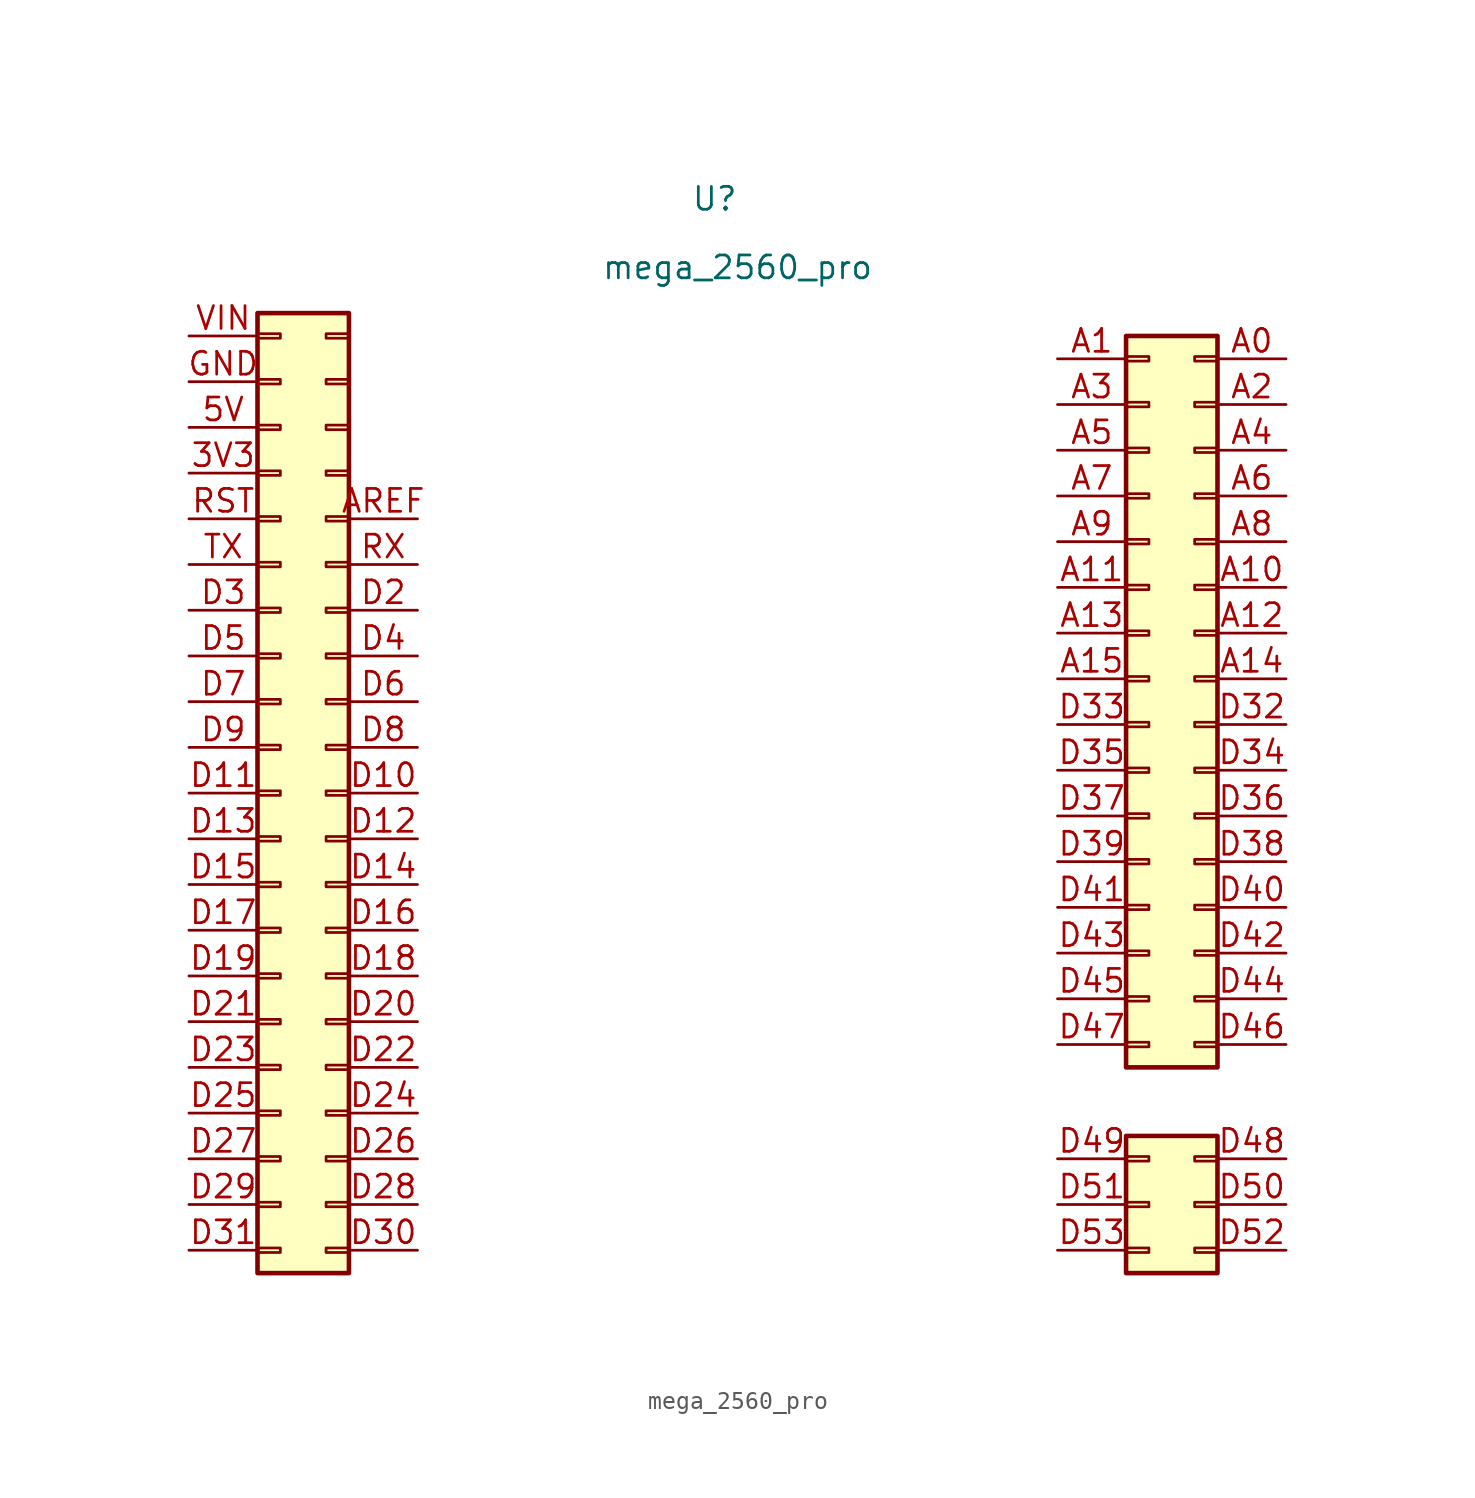
<source format=kicad_sym>
(kicad_symbol_lib
  (version 20211014)
  (generator kicad_symbol_editor)
  (symbol "mega_2560_pro"
    (property "Reference" "U"
      (at 45.72 66.04 0)
      (effects (font (size 1.27 1.27))))
    (property "Value" "mega_2560_pro"
      (at 46.99 62.23 0)
      (effects (font (size 1.27 1.27))))
    (symbol "mega_2560_pro_1_1"
      (rectangle (start 20.32 7.747) (end 21.59 7.493) (stroke (width 0.152) (type default) (color 0 0 0 0)) (fill (type none)))
      (rectangle (start 20.32 10.287) (end 21.59 10.033) (stroke (width 0.152) (type default) (color 0 0 0 0)) (fill (type none)))
      (rectangle (start 20.32 12.827) (end 21.59 12.573) (stroke (width 0.152) (type default) (color 0 0 0 0)) (fill (type none)))
      (rectangle (start 20.32 15.367) (end 21.59 15.113) (stroke (width 0.152) (type default) (color 0 0 0 0)) (fill (type none)))
      (rectangle (start 20.32 17.907) (end 21.59 17.653) (stroke (width 0.152) (type default) (color 0 0 0 0)) (fill (type none)))
      (rectangle (start 20.32 20.447) (end 21.59 20.193) (stroke (width 0.152) (type default) (color 0 0 0 0)) (fill (type none)))
      (rectangle (start 20.32 22.987) (end 21.59 22.733) (stroke (width 0.152) (type default) (color 0 0 0 0)) (fill (type none)))
      (rectangle (start 20.32 25.527) (end 21.59 25.273) (stroke (width 0.152) (type default) (color 0 0 0 0)) (fill (type none)))
      (rectangle (start 20.32 28.067) (end 21.59 27.813) (stroke (width 0.152) (type default) (color 0 0 0 0)) (fill (type none)))
      (rectangle (start 20.32 30.607) (end 21.59 30.353) (stroke (width 0.152) (type default) (color 0 0 0 0)) (fill (type none)))
      (rectangle (start 20.32 33.147) (end 21.59 32.893) (stroke (width 0.152) (type default) (color 0 0 0 0)) (fill (type none)))
      (rectangle (start 20.32 35.687) (end 21.59 35.433) (stroke (width 0.152) (type default) (color 0 0 0 0)) (fill (type none)))
      (rectangle (start 20.32 38.227) (end 21.59 37.973) (stroke (width 0.152) (type default) (color 0 0 0 0)) (fill (type none)))
      (rectangle (start 20.32 40.767) (end 21.59 40.513) (stroke (width 0.152) (type default) (color 0 0 0 0)) (fill (type none)))
      (rectangle (start 20.32 43.307) (end 21.59 43.053) (stroke (width 0.152) (type default) (color 0 0 0 0)) (fill (type none)))
      (rectangle (start 20.32 45.847) (end 21.59 45.593) (stroke (width 0.152) (type default) (color 0 0 0 0)) (fill (type none)))
      (rectangle (start 20.32 48.387) (end 21.59 48.133) (stroke (width 0.152) (type default) (color 0 0 0 0)) (fill (type none)))
      (rectangle (start 20.32 50.927) (end 21.59 50.673) (stroke (width 0.152) (type default) (color 0 0 0 0)) (fill (type none)))
      (rectangle (start 20.32 53.467) (end 21.59 53.213) (stroke (width 0.152) (type default) (color 0 0 0 0)) (fill (type none)))
      (rectangle (start 20.32 56.007) (end 21.59 55.753) (stroke (width 0.152) (type default) (color 0 0 0 0)) (fill (type none)))
      (rectangle (start 20.32 58.547) (end 21.59 58.293) (stroke (width 0.152) (type default) (color 0 0 0 0)) (fill (type none)))
      (rectangle (start 20.32 59.69) (end 25.4 6.35) (stroke (width 0.254) (type default) (color 0 0 0 0)) (fill (type background)))
      (rectangle (start 25.4 7.747) (end 24.13 7.493) (stroke (width 0.152) (type default) (color 0 0 0 0)) (fill (type none)))
      (rectangle (start 25.4 10.287) (end 24.13 10.033) (stroke (width 0.152) (type default) (color 0 0 0 0)) (fill (type none)))
      (rectangle (start 25.4 12.827) (end 24.13 12.573) (stroke (width 0.152) (type default) (color 0 0 0 0)) (fill (type none)))
      (rectangle (start 25.4 15.367) (end 24.13 15.113) (stroke (width 0.152) (type default) (color 0 0 0 0)) (fill (type none)))
      (rectangle (start 25.4 17.907) (end 24.13 17.653) (stroke (width 0.152) (type default) (color 0 0 0 0)) (fill (type none)))
      (rectangle (start 25.4 20.447) (end 24.13 20.193) (stroke (width 0.152) (type default) (color 0 0 0 0)) (fill (type none)))
      (rectangle (start 25.4 22.987) (end 24.13 22.733) (stroke (width 0.152) (type default) (color 0 0 0 0)) (fill (type none)))
      (rectangle (start 25.4 25.527) (end 24.13 25.273) (stroke (width 0.152) (type default) (color 0 0 0 0)) (fill (type none)))
      (rectangle (start 25.4 28.067) (end 24.13 27.813) (stroke (width 0.152) (type default) (color 0 0 0 0)) (fill (type none)))
      (rectangle (start 25.4 30.607) (end 24.13 30.353) (stroke (width 0.152) (type default) (color 0 0 0 0)) (fill (type none)))
      (rectangle (start 25.4 33.147) (end 24.13 32.893) (stroke (width 0.152) (type default) (color 0 0 0 0)) (fill (type none)))
      (rectangle (start 25.4 35.687) (end 24.13 35.433) (stroke (width 0.152) (type default) (color 0 0 0 0)) (fill (type none)))
      (rectangle (start 25.4 38.227) (end 24.13 37.973) (stroke (width 0.152) (type default) (color 0 0 0 0)) (fill (type none)))
      (rectangle (start 25.4 40.767) (end 24.13 40.513) (stroke (width 0.152) (type default) (color 0 0 0 0)) (fill (type none)))
      (rectangle (start 25.4 43.307) (end 24.13 43.053) (stroke (width 0.152) (type default) (color 0 0 0 0)) (fill (type none)))
      (rectangle (start 25.4 45.847) (end 24.13 45.593) (stroke (width 0.152) (type default) (color 0 0 0 0)) (fill (type none)))
      (rectangle (start 25.4 48.387) (end 24.13 48.133) (stroke (width 0.152) (type default) (color 0 0 0 0)) (fill (type none)))
      (rectangle (start 25.4 50.927) (end 24.13 50.673) (stroke (width 0.152) (type default) (color 0 0 0 0)) (fill (type none)))
      (rectangle (start 25.4 53.467) (end 24.13 53.213) (stroke (width 0.152) (type default) (color 0 0 0 0)) (fill (type none)))
      (rectangle (start 25.4 56.007) (end 24.13 55.753) (stroke (width 0.152) (type default) (color 0 0 0 0)) (fill (type none)))
      (rectangle (start 25.4 58.547) (end 24.13 58.293) (stroke (width 0.152) (type default) (color 0 0 0 0)) (fill (type none)))
      (rectangle (start 68.58 7.747) (end 69.85 7.493) (stroke (width 0.152) (type default) (color 0 0 0 0)) (fill (type none)))
      (rectangle (start 68.58 10.287) (end 69.85 10.033) (stroke (width 0.152) (type default) (color 0 0 0 0)) (fill (type none)))
      (rectangle (start 68.58 12.827) (end 69.85 12.573) (stroke (width 0.152) (type default) (color 0 0 0 0)) (fill (type none)))
      (rectangle (start 68.58 13.97) (end 73.66 6.35) (stroke (width 0.254) (type default) (color 0 0 0 0)) (fill (type background)))
      (rectangle (start 68.58 19.177) (end 69.85 18.923) (stroke (width 0.152) (type default) (color 0 0 0 0)) (fill (type none)))
      (rectangle (start 68.58 21.717) (end 69.85 21.463) (stroke (width 0.152) (type default) (color 0 0 0 0)) (fill (type none)))
      (rectangle (start 68.58 24.257) (end 69.85 24.003) (stroke (width 0.152) (type default) (color 0 0 0 0)) (fill (type none)))
      (rectangle (start 68.58 26.797) (end 69.85 26.543) (stroke (width 0.152) (type default) (color 0 0 0 0)) (fill (type none)))
      (rectangle (start 68.58 29.337) (end 69.85 29.083) (stroke (width 0.152) (type default) (color 0 0 0 0)) (fill (type none)))
      (rectangle (start 68.58 31.877) (end 69.85 31.623) (stroke (width 0.152) (type default) (color 0 0 0 0)) (fill (type none)))
      (rectangle (start 68.58 34.417) (end 69.85 34.163) (stroke (width 0.152) (type default) (color 0 0 0 0)) (fill (type none)))
      (rectangle (start 68.58 36.957) (end 69.85 36.703) (stroke (width 0.152) (type default) (color 0 0 0 0)) (fill (type none)))
      (rectangle (start 68.58 39.497) (end 69.85 39.243) (stroke (width 0.152) (type default) (color 0 0 0 0)) (fill (type none)))
      (rectangle (start 68.58 42.037) (end 69.85 41.783) (stroke (width 0.152) (type default) (color 0 0 0 0)) (fill (type none)))
      (rectangle (start 68.58 44.577) (end 69.85 44.323) (stroke (width 0.152) (type default) (color 0 0 0 0)) (fill (type none)))
      (rectangle (start 68.58 47.117) (end 69.85 46.863) (stroke (width 0.152) (type default) (color 0 0 0 0)) (fill (type none)))
      (rectangle (start 68.58 49.657) (end 69.85 49.403) (stroke (width 0.152) (type default) (color 0 0 0 0)) (fill (type none)))
      (rectangle (start 68.58 52.197) (end 69.85 51.943) (stroke (width 0.152) (type default) (color 0 0 0 0)) (fill (type none)))
      (rectangle (start 68.58 54.737) (end 69.85 54.483) (stroke (width 0.152) (type default) (color 0 0 0 0)) (fill (type none)))
      (rectangle (start 68.58 57.277) (end 69.85 57.023) (stroke (width 0.152) (type default) (color 0 0 0 0)) (fill (type none)))
      (rectangle (start 68.58 58.42) (end 73.66 17.78) (stroke (width 0.254) (type default) (color 0 0 0 0)) (fill (type background)))
      (rectangle (start 73.66 7.747) (end 72.39 7.493) (stroke (width 0.152) (type default) (color 0 0 0 0)) (fill (type none)))
      (rectangle (start 73.66 10.287) (end 72.39 10.033) (stroke (width 0.152) (type default) (color 0 0 0 0)) (fill (type none)))
      (rectangle (start 73.66 12.827) (end 72.39 12.573) (stroke (width 0.152) (type default) (color 0 0 0 0)) (fill (type none)))
      (rectangle (start 73.66 19.177) (end 72.39 18.923) (stroke (width 0.152) (type default) (color 0 0 0 0)) (fill (type none)))
      (rectangle (start 73.66 21.717) (end 72.39 21.463) (stroke (width 0.152) (type default) (color 0 0 0 0)) (fill (type none)))
      (rectangle (start 73.66 24.257) (end 72.39 24.003) (stroke (width 0.152) (type default) (color 0 0 0 0)) (fill (type none)))
      (rectangle (start 73.66 26.797) (end 72.39 26.543) (stroke (width 0.152) (type default) (color 0 0 0 0)) (fill (type none)))
      (rectangle (start 73.66 29.337) (end 72.39 29.083) (stroke (width 0.152) (type default) (color 0 0 0 0)) (fill (type none)))
      (rectangle (start 73.66 31.877) (end 72.39 31.623) (stroke (width 0.152) (type default) (color 0 0 0 0)) (fill (type none)))
      (rectangle (start 73.66 34.417) (end 72.39 34.163) (stroke (width 0.152) (type default) (color 0 0 0 0)) (fill (type none)))
      (rectangle (start 73.66 36.957) (end 72.39 36.703) (stroke (width 0.152) (type default) (color 0 0 0 0)) (fill (type none)))
      (rectangle (start 73.66 39.497) (end 72.39 39.243) (stroke (width 0.152) (type default) (color 0 0 0 0)) (fill (type none)))
      (rectangle (start 73.66 42.037) (end 72.39 41.783) (stroke (width 0.152) (type default) (color 0 0 0 0)) (fill (type none)))
      (rectangle (start 73.66 44.577) (end 72.39 44.323) (stroke (width 0.152) (type default) (color 0 0 0 0)) (fill (type none)))
      (rectangle (start 73.66 47.117) (end 72.39 46.863) (stroke (width 0.152) (type default) (color 0 0 0 0)) (fill (type none)))
      (rectangle (start 73.66 49.657) (end 72.39 49.403) (stroke (width 0.152) (type default) (color 0 0 0 0)) (fill (type none)))
      (rectangle (start 73.66 52.197) (end 72.39 51.943) (stroke (width 0.152) (type default) (color 0 0 0 0)) (fill (type none)))
      (rectangle (start 73.66 54.737) (end 72.39 54.483) (stroke (width 0.152) (type default) (color 0 0 0 0)) (fill (type none)))
      (rectangle (start 73.66 57.277) (end 72.39 57.023) (stroke (width 0.152) (type default) (color 0 0 0 0)) (fill (type none)))
      (pin passive line (at 16.51 50.8 0) (length 3.81) (name "" (effects (font (size 1.27 1.27)))) (number "3V3" (effects (font (size 1.27 1.27)))))
      (pin passive line (at 16.51 53.34 0) (length 3.81) (name "" (effects (font (size 1.27 1.27)))) (number "5V" (effects (font (size 1.27 1.27)))))
      (pin passive line (at 77.47 57.15 180) (length 3.81) (name "" (effects (font (size 1.27 1.27)))) (number "A0" (effects (font (size 1.27 1.27)))))
      (pin passive line (at 64.77 57.15 0) (length 3.81) (name "" (effects (font (size 1.27 1.27)))) (number "A1" (effects (font (size 1.27 1.27)))))
      (pin passive line (at 77.47 44.45 180) (length 3.81) (name "" (effects (font (size 1.27 1.27)))) (number "A10" (effects (font (size 1.27 1.27)))))
      (pin passive line (at 64.77 44.45 0) (length 3.81) (name "" (effects (font (size 1.27 1.27)))) (number "A11" (effects (font (size 1.27 1.27)))))
      (pin passive line (at 77.47 41.91 180) (length 3.81) (name "" (effects (font (size 1.27 1.27)))) (number "A12" (effects (font (size 1.27 1.27)))))
      (pin passive line (at 64.77 41.91 0) (length 3.81) (name "" (effects (font (size 1.27 1.27)))) (number "A13" (effects (font (size 1.27 1.27)))))
      (pin passive line (at 77.47 39.37 180) (length 3.81) (name "" (effects (font (size 1.27 1.27)))) (number "A14" (effects (font (size 1.27 1.27)))))
      (pin passive line (at 64.77 39.37 0) (length 3.81) (name "" (effects (font (size 1.27 1.27)))) (number "A15" (effects (font (size 1.27 1.27)))))
      (pin passive line (at 77.47 54.61 180) (length 3.81) (name "" (effects (font (size 1.27 1.27)))) (number "A2" (effects (font (size 1.27 1.27)))))
      (pin passive line (at 64.77 54.61 0) (length 3.81) (name "" (effects (font (size 1.27 1.27)))) (number "A3" (effects (font (size 1.27 1.27)))))
      (pin passive line (at 77.47 52.07 180) (length 3.81) (name "" (effects (font (size 1.27 1.27)))) (number "A4" (effects (font (size 1.27 1.27)))))
      (pin passive line (at 64.77 52.07 0) (length 3.81) (name "" (effects (font (size 1.27 1.27)))) (number "A5" (effects (font (size 1.27 1.27)))))
      (pin passive line (at 77.47 49.53 180) (length 3.81) (name "" (effects (font (size 1.27 1.27)))) (number "A6" (effects (font (size 1.27 1.27)))))
      (pin passive line (at 64.77 49.53 0) (length 3.81) (name "" (effects (font (size 1.27 1.27)))) (number "A7" (effects (font (size 1.27 1.27)))))
      (pin passive line (at 77.47 46.99 180) (length 3.81) (name "" (effects (font (size 1.27 1.27)))) (number "A8" (effects (font (size 1.27 1.27)))))
      (pin passive line (at 64.77 46.99 0) (length 3.81) (name "" (effects (font (size 1.27 1.27)))) (number "A9" (effects (font (size 1.27 1.27)))))
      (pin passive line (at 29.21 48.26 180) (length 3.81) (name "" (effects (font (size 1.27 1.27)))) (number "AREF" (effects (font (size 1.27 1.27)))))
      (pin passive line (at 29.21 33.02 180) (length 3.81) (name "" (effects (font (size 1.27 1.27)))) (number "D10" (effects (font (size 1.27 1.27)))))
      (pin passive line (at 16.51 33.02 0) (length 3.81) (name "" (effects (font (size 1.27 1.27)))) (number "D11" (effects (font (size 1.27 1.27)))))
      (pin passive line (at 29.21 30.48 180) (length 3.81) (name "" (effects (font (size 1.27 1.27)))) (number "D12" (effects (font (size 1.27 1.27)))))
      (pin passive line (at 16.51 30.48 0) (length 3.81) (name "" (effects (font (size 1.27 1.27)))) (number "D13" (effects (font (size 1.27 1.27)))))
      (pin passive line (at 29.21 27.94 180) (length 3.81) (name "" (effects (font (size 1.27 1.27)))) (number "D14" (effects (font (size 1.27 1.27)))))
      (pin passive line (at 16.51 27.94 0) (length 3.81) (name "" (effects (font (size 1.27 1.27)))) (number "D15" (effects (font (size 1.27 1.27)))))
      (pin passive line (at 29.21 25.4 180) (length 3.81) (name "" (effects (font (size 1.27 1.27)))) (number "D16" (effects (font (size 1.27 1.27)))))
      (pin passive line (at 16.51 25.4 0) (length 3.81) (name "" (effects (font (size 1.27 1.27)))) (number "D17" (effects (font (size 1.27 1.27)))))
      (pin passive line (at 29.21 22.86 180) (length 3.81) (name "" (effects (font (size 1.27 1.27)))) (number "D18" (effects (font (size 1.27 1.27)))))
      (pin passive line (at 16.51 22.86 0) (length 3.81) (name "" (effects (font (size 1.27 1.27)))) (number "D19" (effects (font (size 1.27 1.27)))))
      (pin passive line (at 29.21 43.18 180) (length 3.81) (name "" (effects (font (size 1.27 1.27)))) (number "D2" (effects (font (size 1.27 1.27)))))
      (pin passive line (at 29.21 20.32 180) (length 3.81) (name "" (effects (font (size 1.27 1.27)))) (number "D20" (effects (font (size 1.27 1.27)))))
      (pin passive line (at 16.51 20.32 0) (length 3.81) (name "" (effects (font (size 1.27 1.27)))) (number "D21" (effects (font (size 1.27 1.27)))))
      (pin passive line (at 29.21 17.78 180) (length 3.81) (name "" (effects (font (size 1.27 1.27)))) (number "D22" (effects (font (size 1.27 1.27)))))
      (pin passive line (at 16.51 17.78 0) (length 3.81) (name "" (effects (font (size 1.27 1.27)))) (number "D23" (effects (font (size 1.27 1.27)))))
      (pin passive line (at 29.21 15.24 180) (length 3.81) (name "" (effects (font (size 1.27 1.27)))) (number "D24" (effects (font (size 1.27 1.27)))))
      (pin passive line (at 16.51 15.24 0) (length 3.81) (name "" (effects (font (size 1.27 1.27)))) (number "D25" (effects (font (size 1.27 1.27)))))
      (pin passive line (at 29.21 12.7 180) (length 3.81) (name "" (effects (font (size 1.27 1.27)))) (number "D26" (effects (font (size 1.27 1.27)))))
      (pin passive line (at 16.51 12.7 0) (length 3.81) (name "" (effects (font (size 1.27 1.27)))) (number "D27" (effects (font (size 1.27 1.27)))))
      (pin passive line (at 29.21 10.16 180) (length 3.81) (name "" (effects (font (size 1.27 1.27)))) (number "D28" (effects (font (size 1.27 1.27)))))
      (pin passive line (at 16.51 10.16 0) (length 3.81) (name "" (effects (font (size 1.27 1.27)))) (number "D29" (effects (font (size 1.27 1.27)))))
      (pin passive line (at 16.51 43.18 0) (length 3.81) (name "" (effects (font (size 1.27 1.27)))) (number "D3" (effects (font (size 1.27 1.27)))))
      (pin passive line (at 29.21 7.62 180) (length 3.81) (name "" (effects (font (size 1.27 1.27)))) (number "D30" (effects (font (size 1.27 1.27)))))
      (pin passive line (at 16.51 7.62 0) (length 3.81) (name "" (effects (font (size 1.27 1.27)))) (number "D31" (effects (font (size 1.27 1.27)))))
      (pin passive line (at 77.47 36.83 180) (length 3.81) (name "" (effects (font (size 1.27 1.27)))) (number "D32" (effects (font (size 1.27 1.27)))))
      (pin passive line (at 64.77 36.83 0) (length 3.81) (name "" (effects (font (size 1.27 1.27)))) (number "D33" (effects (font (size 1.27 1.27)))))
      (pin passive line (at 77.47 34.29 180) (length 3.81) (name "" (effects (font (size 1.27 1.27)))) (number "D34" (effects (font (size 1.27 1.27)))))
      (pin passive line (at 64.77 34.29 0) (length 3.81) (name "" (effects (font (size 1.27 1.27)))) (number "D35" (effects (font (size 1.27 1.27)))))
      (pin passive line (at 77.47 31.75 180) (length 3.81) (name "" (effects (font (size 1.27 1.27)))) (number "D36" (effects (font (size 1.27 1.27)))))
      (pin passive line (at 64.77 31.75 0) (length 3.81) (name "" (effects (font (size 1.27 1.27)))) (number "D37" (effects (font (size 1.27 1.27)))))
      (pin passive line (at 77.47 29.21 180) (length 3.81) (name "" (effects (font (size 1.27 1.27)))) (number "D38" (effects (font (size 1.27 1.27)))))
      (pin passive line (at 64.77 29.21 0) (length 3.81) (name "" (effects (font (size 1.27 1.27)))) (number "D39" (effects (font (size 1.27 1.27)))))
      (pin passive line (at 29.21 40.64 180) (length 3.81) (name "" (effects (font (size 1.27 1.27)))) (number "D4" (effects (font (size 1.27 1.27)))))
      (pin passive line (at 77.47 26.67 180) (length 3.81) (name "" (effects (font (size 1.27 1.27)))) (number "D40" (effects (font (size 1.27 1.27)))))
      (pin passive line (at 64.77 26.67 0) (length 3.81) (name "" (effects (font (size 1.27 1.27)))) (number "D41" (effects (font (size 1.27 1.27)))))
      (pin passive line (at 77.47 24.13 180) (length 3.81) (name "" (effects (font (size 1.27 1.27)))) (number "D42" (effects (font (size 1.27 1.27)))))
      (pin passive line (at 64.77 24.13 0) (length 3.81) (name "" (effects (font (size 1.27 1.27)))) (number "D43" (effects (font (size 1.27 1.27)))))
      (pin passive line (at 77.47 21.59 180) (length 3.81) (name "" (effects (font (size 1.27 1.27)))) (number "D44" (effects (font (size 1.27 1.27)))))
      (pin passive line (at 64.77 21.59 0) (length 3.81) (name "" (effects (font (size 1.27 1.27)))) (number "D45" (effects (font (size 1.27 1.27)))))
      (pin passive line (at 77.47 19.05 180) (length 3.81) (name "" (effects (font (size 1.27 1.27)))) (number "D46" (effects (font (size 1.27 1.27)))))
      (pin passive line (at 64.77 19.05 0) (length 3.81) (name "" (effects (font (size 1.27 1.27)))) (number "D47" (effects (font (size 1.27 1.27)))))
      (pin passive line (at 77.47 12.7 180) (length 3.81) (name "" (effects (font (size 1.27 1.27)))) (number "D48" (effects (font (size 1.27 1.27)))))
      (pin passive line (at 64.77 12.7 0) (length 3.81) (name "" (effects (font (size 1.27 1.27)))) (number "D49" (effects (font (size 1.27 1.27)))))
      (pin passive line (at 16.51 40.64 0) (length 3.81) (name "" (effects (font (size 1.27 1.27)))) (number "D5" (effects (font (size 1.27 1.27)))))
      (pin passive line (at 77.47 10.16 180) (length 3.81) (name "" (effects (font (size 1.27 1.27)))) (number "D50" (effects (font (size 1.27 1.27)))))
      (pin passive line (at 64.77 10.16 0) (length 3.81) (name "" (effects (font (size 1.27 1.27)))) (number "D51" (effects (font (size 1.27 1.27)))))
      (pin passive line (at 77.47 7.62 180) (length 3.81) (name "" (effects (font (size 1.27 1.27)))) (number "D52" (effects (font (size 1.27 1.27)))))
      (pin passive line (at 64.77 7.62 0) (length 3.81) (name "" (effects (font (size 1.27 1.27)))) (number "D53" (effects (font (size 1.27 1.27)))))
      (pin passive line (at 29.21 38.1 180) (length 3.81) (name "" (effects (font (size 1.27 1.27)))) (number "D6" (effects (font (size 1.27 1.27)))))
      (pin passive line (at 16.51 38.1 0) (length 3.81) (name "" (effects (font (size 1.27 1.27)))) (number "D7" (effects (font (size 1.27 1.27)))))
      (pin passive line (at 29.21 35.56 180) (length 3.81) (name "" (effects (font (size 1.27 1.27)))) (number "D8" (effects (font (size 1.27 1.27)))))
      (pin passive line (at 16.51 35.56 0) (length 3.81) (name "" (effects (font (size 1.27 1.27)))) (number "D9" (effects (font (size 1.27 1.27)))))
      (pin passive line (at 16.51 55.88 0) (length 3.81) (name "" (effects (font (size 1.27 1.27)))) (number "GND" (effects (font (size 1.27 1.27)))))
      (pin passive line (at 16.51 48.26 0) (length 3.81) (name "" (effects (font (size 1.27 1.27)))) (number "RST" (effects (font (size 1.27 1.27)))))
      (pin passive line (at 29.21 45.72 180) (length 3.81) (name "" (effects (font (size 1.27 1.27)))) (number "RX" (effects (font (size 1.27 1.27)))))
      (pin passive line (at 16.51 45.72 0) (length 3.81) (name "" (effects (font (size 1.27 1.27)))) (number "TX" (effects (font (size 1.27 1.27)))))
      (pin passive line (at 16.51 58.42 0) (length 3.81) (name "" (effects (font (size 1.27 1.27)))) (number "VIN" (effects (font (size 1.27 1.27))))))))
</source>
